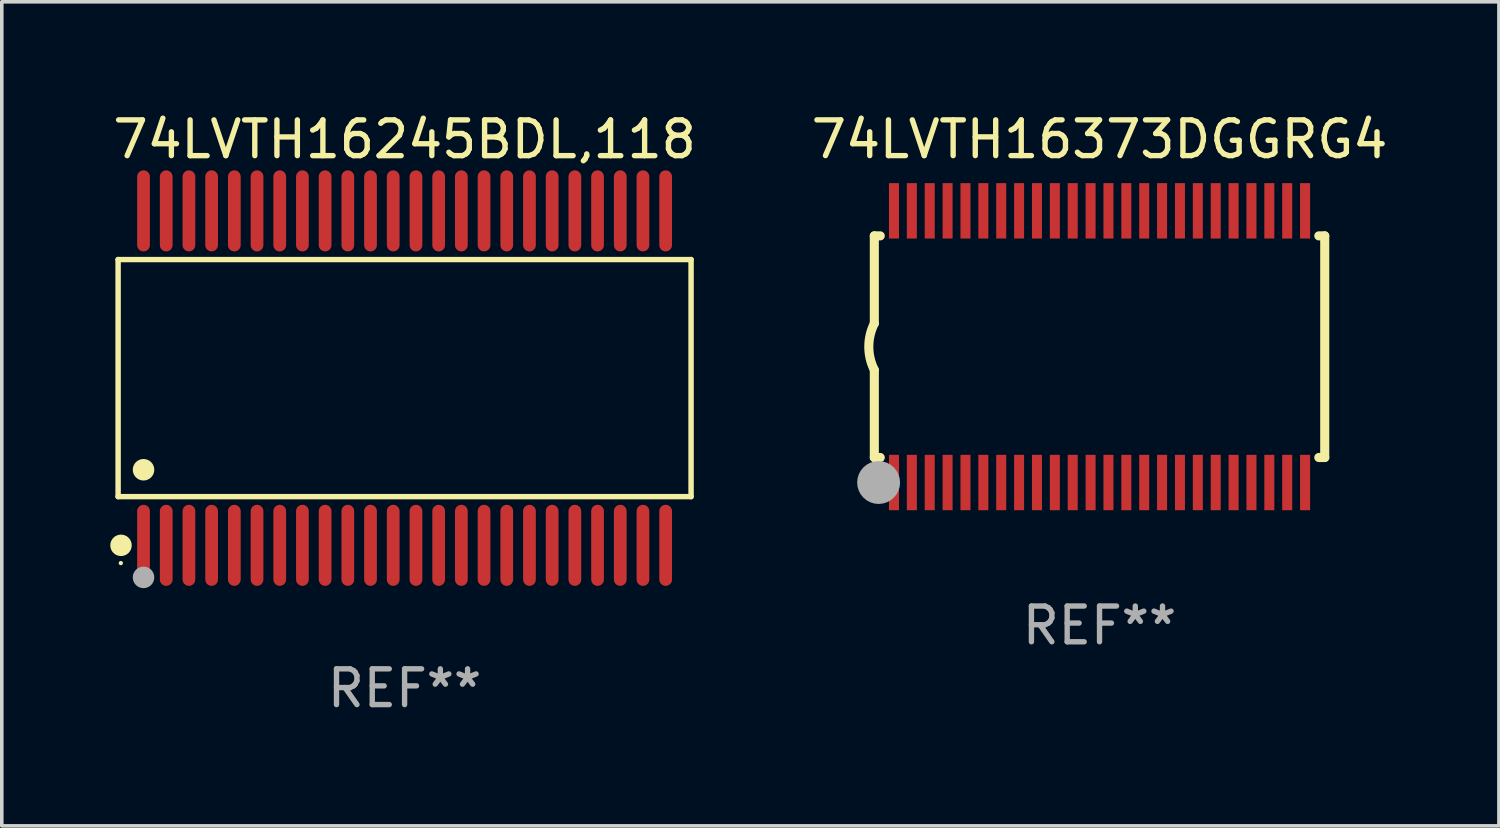
<source format=kicad_pcb>
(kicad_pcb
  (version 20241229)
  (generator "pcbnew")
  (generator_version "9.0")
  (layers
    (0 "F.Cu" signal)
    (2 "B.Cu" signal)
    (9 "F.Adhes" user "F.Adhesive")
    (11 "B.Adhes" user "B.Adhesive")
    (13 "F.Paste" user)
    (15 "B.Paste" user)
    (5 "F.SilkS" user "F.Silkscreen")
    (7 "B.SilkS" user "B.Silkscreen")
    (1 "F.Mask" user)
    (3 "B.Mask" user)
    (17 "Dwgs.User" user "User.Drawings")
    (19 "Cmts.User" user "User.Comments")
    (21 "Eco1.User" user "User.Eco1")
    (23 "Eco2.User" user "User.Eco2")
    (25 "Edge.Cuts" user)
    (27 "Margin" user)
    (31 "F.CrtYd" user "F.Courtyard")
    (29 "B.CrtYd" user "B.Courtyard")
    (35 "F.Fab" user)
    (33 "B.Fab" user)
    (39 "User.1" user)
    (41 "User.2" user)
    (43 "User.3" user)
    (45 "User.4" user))
  (footprint "74LVTH16245BDL,118"
    (layer "F.Cu")
    (at 8.268 7.527)
    (property "Reference" "74LVTH16245BDL,118" (at 0 -6.678 0) (layer "F.SilkS") (effects (font (size 1 1) (thickness 0.15))))
    (attr through_hole)
    (fp_line (start -8.014 -3.316) (end 8.014 -3.316) (stroke (width 0.152) (type solid)) (layer "F.SilkS"))
    (fp_line (start -8.014 3.316) (end -8.014 -3.316) (stroke (width 0.152) (type solid)) (layer "F.SilkS"))
    (fp_line (start 8.014 -3.316) (end 8.014 3.316) (stroke (width 0.152) (type solid)) (layer "F.SilkS"))
    (fp_line (start 8.014 3.316) (end -8.014 3.316) (stroke (width 0.152) (type solid)) (layer "F.SilkS"))
    (fp_circle (center -7.938 5.175) (end -7.908 5.175) (stroke (width 0.06) (type solid)) (fill no) (layer "F.SilkS"))
    (fp_circle (center -7.933 4.678) (end -7.783 4.678) (stroke (width 0.3) (type solid)) (fill no) (layer "F.SilkS"))
    (fp_circle (center -7.303 2.564) (end -7.152 2.564) (stroke (width 0.3) (type solid)) (fill no) (layer "F.SilkS"))
    (fp_circle (center -7.303 5.575) (end -7.152 5.575) (stroke (width 0.3) (type solid)) (fill no) (layer "F.Fab"))
    (fp_text user "REF**" (at 0 8.678 0) (layer "F.Fab") (effects (font (size 1 1) (thickness 0.15))))
    (pad "1" smd oval (at -7.303 4.678) (size 0.356 2.267) (layers "F.Cu" "F.Mask" "F.Paste"))
    (pad "2" smd oval (at -6.668 4.678) (size 0.356 2.267) (layers "F.Cu" "F.Mask" "F.Paste"))
    (pad "3" smd oval (at -6.033 4.678) (size 0.356 2.267) (layers "F.Cu" "F.Mask" "F.Paste"))
    (pad "4" smd oval (at -5.398 4.678) (size 0.356 2.267) (layers "F.Cu" "F.Mask" "F.Paste"))
    (pad "5" smd oval (at -4.763 4.678) (size 0.356 2.267) (layers "F.Cu" "F.Mask" "F.Paste"))
    (pad "6" smd oval (at -4.128 4.678) (size 0.356 2.267) (layers "F.Cu" "F.Mask" "F.Paste"))
    (pad "7" smd oval (at -3.493 4.678) (size 0.356 2.267) (layers "F.Cu" "F.Mask" "F.Paste"))
    (pad "8" smd oval (at -2.858 4.678) (size 0.356 2.267) (layers "F.Cu" "F.Mask" "F.Paste"))
    (pad "9" smd oval (at -2.223 4.678) (size 0.356 2.267) (layers "F.Cu" "F.Mask" "F.Paste"))
    (pad "10" smd oval (at -1.588 4.678) (size 0.356 2.267) (layers "F.Cu" "F.Mask" "F.Paste"))
    (pad "11" smd oval (at -0.953 4.678) (size 0.356 2.267) (layers "F.Cu" "F.Mask" "F.Paste"))
    (pad "12" smd oval (at -0.318 4.678) (size 0.356 2.267) (layers "F.Cu" "F.Mask" "F.Paste"))
    (pad "13" smd oval (at 0.318 4.678) (size 0.356 2.267) (layers "F.Cu" "F.Mask" "F.Paste"))
    (pad "14" smd oval (at 0.953 4.678) (size 0.356 2.267) (layers "F.Cu" "F.Mask" "F.Paste"))
    (pad "15" smd oval (at 1.588 4.678) (size 0.356 2.267) (layers "F.Cu" "F.Mask" "F.Paste"))
    (pad "16" smd oval (at 2.223 4.678) (size 0.356 2.267) (layers "F.Cu" "F.Mask" "F.Paste"))
    (pad "17" smd oval (at 2.858 4.678) (size 0.356 2.267) (layers "F.Cu" "F.Mask" "F.Paste"))
    (pad "18" smd oval (at 3.493 4.678) (size 0.356 2.267) (layers "F.Cu" "F.Mask" "F.Paste"))
    (pad "19" smd oval (at 4.128 4.678) (size 0.356 2.267) (layers "F.Cu" "F.Mask" "F.Paste"))
    (pad "20" smd oval (at 4.763 4.678) (size 0.356 2.267) (layers "F.Cu" "F.Mask" "F.Paste"))
    (pad "21" smd oval (at 5.398 4.678) (size 0.356 2.267) (layers "F.Cu" "F.Mask" "F.Paste"))
    (pad "22" smd oval (at 6.033 4.678) (size 0.356 2.267) (layers "F.Cu" "F.Mask" "F.Paste"))
    (pad "23" smd oval (at 6.668 4.678) (size 0.356 2.267) (layers "F.Cu" "F.Mask" "F.Paste"))
    (pad "24" smd oval (at 7.303 4.678) (size 0.356 2.267) (layers "F.Cu" "F.Mask" "F.Paste"))
    (pad "25" smd oval (at 7.303 -4.678) (size 0.356 2.267) (layers "F.Cu" "F.Mask" "F.Paste"))
    (pad "26" smd oval (at 6.668 -4.678) (size 0.356 2.267) (layers "F.Cu" "F.Mask" "F.Paste"))
    (pad "27" smd oval (at 6.033 -4.678) (size 0.356 2.267) (layers "F.Cu" "F.Mask" "F.Paste"))
    (pad "28" smd oval (at 5.398 -4.678) (size 0.356 2.267) (layers "F.Cu" "F.Mask" "F.Paste"))
    (pad "29" smd oval (at 4.763 -4.678) (size 0.356 2.267) (layers "F.Cu" "F.Mask" "F.Paste"))
    (pad "30" smd oval (at 4.128 -4.678) (size 0.356 2.267) (layers "F.Cu" "F.Mask" "F.Paste"))
    (pad "31" smd oval (at 3.493 -4.678) (size 0.356 2.267) (layers "F.Cu" "F.Mask" "F.Paste"))
    (pad "32" smd oval (at 2.858 -4.678) (size 0.356 2.267) (layers "F.Cu" "F.Mask" "F.Paste"))
    (pad "33" smd oval (at 2.223 -4.678) (size 0.356 2.267) (layers "F.Cu" "F.Mask" "F.Paste"))
    (pad "34" smd oval (at 1.588 -4.678) (size 0.356 2.267) (layers "F.Cu" "F.Mask" "F.Paste"))
    (pad "35" smd oval (at 0.953 -4.678) (size 0.356 2.267) (layers "F.Cu" "F.Mask" "F.Paste"))
    (pad "36" smd oval (at 0.318 -4.678) (size 0.356 2.267) (layers "F.Cu" "F.Mask" "F.Paste"))
    (pad "37" smd oval (at -0.318 -4.678) (size 0.356 2.267) (layers "F.Cu" "F.Mask" "F.Paste"))
    (pad "38" smd oval (at -0.953 -4.678) (size 0.356 2.267) (layers "F.Cu" "F.Mask" "F.Paste"))
    (pad "39" smd oval (at -1.588 -4.678) (size 0.356 2.267) (layers "F.Cu" "F.Mask" "F.Paste"))
    (pad "40" smd oval (at -2.223 -4.678) (size 0.356 2.267) (layers "F.Cu" "F.Mask" "F.Paste"))
    (pad "41" smd oval (at -2.858 -4.678) (size 0.356 2.267) (layers "F.Cu" "F.Mask" "F.Paste"))
    (pad "42" smd oval (at -3.493 -4.678) (size 0.356 2.267) (layers "F.Cu" "F.Mask" "F.Paste"))
    (pad "43" smd oval (at -4.128 -4.678) (size 0.356 2.267) (layers "F.Cu" "F.Mask" "F.Paste"))
    (pad "44" smd oval (at -4.763 -4.678) (size 0.356 2.267) (layers "F.Cu" "F.Mask" "F.Paste"))
    (pad "45" smd oval (at -5.398 -4.678) (size 0.356 2.267) (layers "F.Cu" "F.Mask" "F.Paste"))
    (pad "46" smd oval (at -6.033 -4.678) (size 0.356 2.267) (layers "F.Cu" "F.Mask" "F.Paste"))
    (pad "47" smd oval (at -6.668 -4.678) (size 0.356 2.267) (layers "F.Cu" "F.Mask" "F.Paste"))
    (pad "48" smd oval (at -7.303 -4.678) (size 0.356 2.267) (layers "F.Cu" "F.Mask" "F.Paste")))
  (footprint "74LVTH16373DGGRG4"
    (layer "F.Cu")
    (at 27.708 6.648)
    (property "Reference" "74LVTH16373DGGRG4" (at 0 -5.8 0) (layer "F.SilkS") (effects (font (size 1 1) (thickness 0.15))))
    (attr through_hole)
    (fp_line (start -6.3 -3.1) (end -6.3 -0.65) (stroke (width 0.254) (type solid)) (layer "F.SilkS"))
    (fp_line (start -6.3 -3.1) (end -6.134 -3.1) (stroke (width 0.254) (type solid)) (layer "F.SilkS"))
    (fp_line (start -6.3 3.1) (end -6.3 0.65) (stroke (width 0.254) (type solid)) (layer "F.SilkS"))
    (fp_line (start -6.3 3.1) (end -6.134 3.1) (stroke (width 0.254) (type solid)) (layer "F.SilkS"))
    (fp_line (start 6.134 -3.1) (end 6.3 -3.1) (stroke (width 0.254) (type solid)) (layer "F.SilkS"))
    (fp_line (start 6.134 3.1) (end 6.3 3.1) (stroke (width 0.254) (type solid)) (layer "F.SilkS"))
    (fp_line (start 6.3 -3.1) (end 6.3 3.1) (stroke (width 0.254) (type solid)) (layer "F.SilkS"))
    (fp_arc (start -6.301016 0.650114) (mid -6.45413 -0.000082) (end -6.3 -0.650038) (stroke (width 0.254001) (type solid)) (layer "F.SilkS"))
    (fp_circle (center -6.35 3.81) (end -6.223 3.81) (stroke (width 0.254) (type solid)) (fill no) (layer "F.SilkS"))
    (fp_circle (center -6.25 4.05) (end -6.22 4.05) (stroke (width 0.06) (type solid)) (fill no) (layer "F.SilkS"))
    (fp_circle (center -6.18 3.8) (end -5.88 3.8) (stroke (width 0.6) (type solid)) (fill no) (layer "F.Fab"))
    (fp_text user "REF**" (at 0 7.8 0) (layer "F.Fab") (effects (font (size 1 1) (thickness 0.15))))
    (pad "1" smd rect (at -5.75 3.8) (size 0.28 1.55) (layers "F.Cu" "F.Mask" "F.Paste"))
    (pad "2" smd rect (at -5.25 3.8) (size 0.28 1.55) (layers "F.Cu" "F.Mask" "F.Paste"))
    (pad "3" smd rect (at -4.75 3.8) (size 0.28 1.55) (layers "F.Cu" "F.Mask" "F.Paste"))
    (pad "4" smd rect (at -4.25 3.8) (size 0.28 1.55) (layers "F.Cu" "F.Mask" "F.Paste"))
    (pad "5" smd rect (at -3.75 3.8) (size 0.28 1.55) (layers "F.Cu" "F.Mask" "F.Paste"))
    (pad "6" smd rect (at -3.25 3.8) (size 0.28 1.55) (layers "F.Cu" "F.Mask" "F.Paste"))
    (pad "7" smd rect (at -2.75 3.8) (size 0.28 1.55) (layers "F.Cu" "F.Mask" "F.Paste"))
    (pad "8" smd rect (at -2.25 3.8) (size 0.28 1.55) (layers "F.Cu" "F.Mask" "F.Paste"))
    (pad "9" smd rect (at -1.75 3.8) (size 0.28 1.55) (layers "F.Cu" "F.Mask" "F.Paste"))
    (pad "10" smd rect (at -1.25 3.8) (size 0.28 1.55) (layers "F.Cu" "F.Mask" "F.Paste"))
    (pad "11" smd rect (at -0.75 3.8) (size 0.28 1.55) (layers "F.Cu" "F.Mask" "F.Paste"))
    (pad "12" smd rect (at -0.25 3.8) (size 0.28 1.55) (layers "F.Cu" "F.Mask" "F.Paste"))
    (pad "13" smd rect (at 0.25 3.8) (size 0.28 1.55) (layers "F.Cu" "F.Mask" "F.Paste"))
    (pad "14" smd rect (at 0.75 3.8) (size 0.28 1.55) (layers "F.Cu" "F.Mask" "F.Paste"))
    (pad "15" smd rect (at 1.25 3.8) (size 0.28 1.55) (layers "F.Cu" "F.Mask" "F.Paste"))
    (pad "16" smd rect (at 1.75 3.8) (size 0.28 1.55) (layers "F.Cu" "F.Mask" "F.Paste"))
    (pad "17" smd rect (at 2.25 3.8) (size 0.28 1.55) (layers "F.Cu" "F.Mask" "F.Paste"))
    (pad "18" smd rect (at 2.75 3.8) (size 0.28 1.55) (layers "F.Cu" "F.Mask" "F.Paste"))
    (pad "19" smd rect (at 3.25 3.8) (size 0.28 1.55) (layers "F.Cu" "F.Mask" "F.Paste"))
    (pad "20" smd rect (at 3.75 3.8) (size 0.28 1.55) (layers "F.Cu" "F.Mask" "F.Paste"))
    (pad "21" smd rect (at 4.25 3.8) (size 0.28 1.55) (layers "F.Cu" "F.Mask" "F.Paste"))
    (pad "22" smd rect (at 4.75 3.8) (size 0.28 1.55) (layers "F.Cu" "F.Mask" "F.Paste"))
    (pad "23" smd rect (at 5.25 3.8) (size 0.28 1.55) (layers "F.Cu" "F.Mask" "F.Paste"))
    (pad "24" smd rect (at 5.75 3.8) (size 0.28 1.55) (layers "F.Cu" "F.Mask" "F.Paste"))
    (pad "25" smd rect (at 5.75 -3.8) (size 0.28 1.55) (layers "F.Cu" "F.Mask" "F.Paste"))
    (pad "26" smd rect (at 5.25 -3.8) (size 0.28 1.55) (layers "F.Cu" "F.Mask" "F.Paste"))
    (pad "27" smd rect (at 4.75 -3.8) (size 0.28 1.55) (layers "F.Cu" "F.Mask" "F.Paste"))
    (pad "28" smd rect (at 4.25 -3.8) (size 0.28 1.55) (layers "F.Cu" "F.Mask" "F.Paste"))
    (pad "29" smd rect (at 3.75 -3.8) (size 0.28 1.55) (layers "F.Cu" "F.Mask" "F.Paste"))
    (pad "30" smd rect (at 3.25 -3.8) (size 0.28 1.55) (layers "F.Cu" "F.Mask" "F.Paste"))
    (pad "31" smd rect (at 2.75 -3.8) (size 0.28 1.55) (layers "F.Cu" "F.Mask" "F.Paste"))
    (pad "32" smd rect (at 2.25 -3.8) (size 0.28 1.55) (layers "F.Cu" "F.Mask" "F.Paste"))
    (pad "33" smd rect (at 1.75 -3.8) (size 0.28 1.55) (layers "F.Cu" "F.Mask" "F.Paste"))
    (pad "34" smd rect (at 1.25 -3.8) (size 0.28 1.55) (layers "F.Cu" "F.Mask" "F.Paste"))
    (pad "35" smd rect (at 0.75 -3.8) (size 0.28 1.55) (layers "F.Cu" "F.Mask" "F.Paste"))
    (pad "36" smd rect (at 0.25 -3.8) (size 0.28 1.55) (layers "F.Cu" "F.Mask" "F.Paste"))
    (pad "37" smd rect (at -0.25 -3.8) (size 0.28 1.55) (layers "F.Cu" "F.Mask" "F.Paste"))
    (pad "38" smd rect (at -0.75 -3.8) (size 0.28 1.55) (layers "F.Cu" "F.Mask" "F.Paste"))
    (pad "39" smd rect (at -1.25 -3.8) (size 0.28 1.55) (layers "F.Cu" "F.Mask" "F.Paste"))
    (pad "40" smd rect (at -1.75 -3.8) (size 0.28 1.55) (layers "F.Cu" "F.Mask" "F.Paste"))
    (pad "41" smd rect (at -2.25 -3.8) (size 0.28 1.55) (layers "F.Cu" "F.Mask" "F.Paste"))
    (pad "42" smd rect (at -2.75 -3.8) (size 0.28 1.55) (layers "F.Cu" "F.Mask" "F.Paste"))
    (pad "43" smd rect (at -3.25 -3.8) (size 0.28 1.55) (layers "F.Cu" "F.Mask" "F.Paste"))
    (pad "44" smd rect (at -3.75 -3.8) (size 0.28 1.55) (layers "F.Cu" "F.Mask" "F.Paste"))
    (pad "45" smd rect (at -4.25 -3.8) (size 0.28 1.55) (layers "F.Cu" "F.Mask" "F.Paste"))
    (pad "46" smd rect (at -4.75 -3.8) (size 0.28 1.55) (layers "F.Cu" "F.Mask" "F.Paste"))
    (pad "47" smd rect (at -5.25 -3.8) (size 0.28 1.55) (layers "F.Cu" "F.Mask" "F.Paste"))
    (pad "48" smd rect (at -5.75 -3.8) (size 0.28 1.55) (layers "F.Cu" "F.Mask" "F.Paste")))
  (gr_rect
    (start -3 -3)
    (end 38.881 20.053)
    (stroke (width 0.1) (type default))
    (fill no)
    (layer "Edge.Cuts")))
</source>
